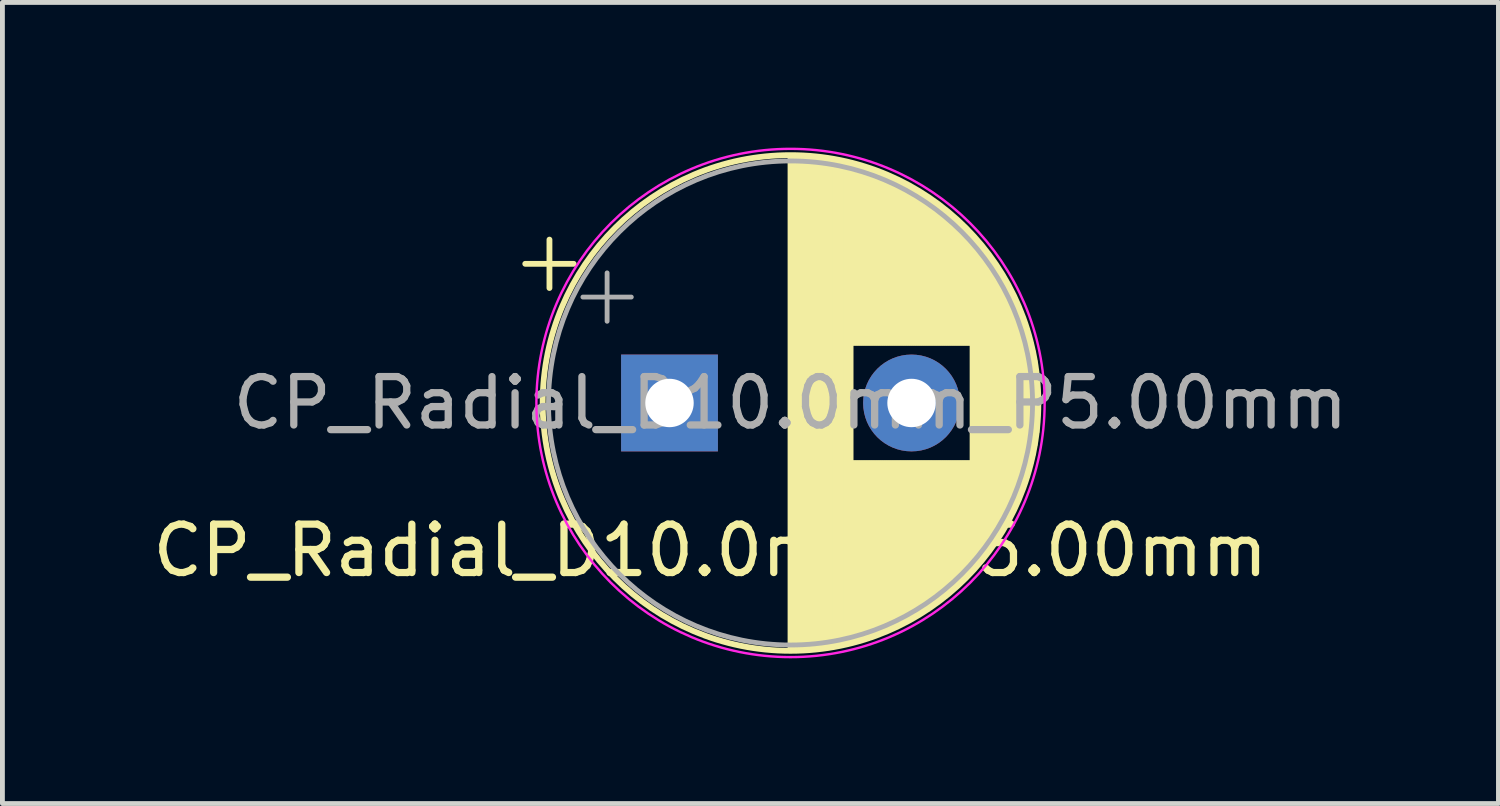
<source format=kicad_pcb>
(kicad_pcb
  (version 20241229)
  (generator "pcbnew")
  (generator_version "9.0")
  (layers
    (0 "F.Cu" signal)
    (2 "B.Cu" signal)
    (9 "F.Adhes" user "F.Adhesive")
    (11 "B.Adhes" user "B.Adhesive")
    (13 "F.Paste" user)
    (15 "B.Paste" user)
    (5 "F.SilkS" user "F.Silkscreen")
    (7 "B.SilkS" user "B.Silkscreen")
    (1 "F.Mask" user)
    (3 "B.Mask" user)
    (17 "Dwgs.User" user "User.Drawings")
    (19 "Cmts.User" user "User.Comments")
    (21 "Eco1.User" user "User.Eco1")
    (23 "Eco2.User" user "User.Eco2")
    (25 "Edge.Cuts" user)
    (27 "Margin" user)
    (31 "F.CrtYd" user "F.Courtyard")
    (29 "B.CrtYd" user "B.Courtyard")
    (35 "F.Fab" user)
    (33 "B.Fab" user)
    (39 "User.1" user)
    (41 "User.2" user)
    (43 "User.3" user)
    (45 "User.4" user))
  (footprint "CP_Radial_D10.0mm_P5.00mm"
    (layer "F.Cu")
    (at 10.781 5.275)
    (property "Reference" "CP_Radial_D10.0mm_P5.00mm" (at 0.844 3.048 0) (layer "F.SilkS") (effects (font (size 1 1) (thickness 0.15))))
    (attr through_hole)
    (fp_line (start -2.98 -2.875) (end -1.98 -2.875) (stroke (width 0.12) (type solid)) (layer "F.SilkS"))
    (fp_line (start -2.48 -3.375) (end -2.48 -2.375) (stroke (width 0.12) (type solid)) (layer "F.SilkS"))
    (fp_line (start 2.5 -5.08) (end 2.5 5.08) (stroke (width 0.12) (type solid)) (layer "F.SilkS"))
    (fp_line (start 2.54 -5.08) (end 2.54 5.08) (stroke (width 0.12) (type solid)) (layer "F.SilkS"))
    (fp_line (start 2.58 -5.08) (end 2.58 5.08) (stroke (width 0.12) (type solid)) (layer "F.SilkS"))
    (fp_line (start 2.62 -5.079) (end 2.62 5.079) (stroke (width 0.12) (type solid)) (layer "F.SilkS"))
    (fp_line (start 2.66 -5.078) (end 2.66 5.078) (stroke (width 0.12) (type solid)) (layer "F.SilkS"))
    (fp_line (start 2.7 -5.077) (end 2.7 5.077) (stroke (width 0.12) (type solid)) (layer "F.SilkS"))
    (fp_line (start 2.74 -5.075) (end 2.74 5.075) (stroke (width 0.12) (type solid)) (layer "F.SilkS"))
    (fp_line (start 2.78 -5.073) (end 2.78 5.073) (stroke (width 0.12) (type solid)) (layer "F.SilkS"))
    (fp_line (start 2.82 -5.07) (end 2.82 5.07) (stroke (width 0.12) (type solid)) (layer "F.SilkS"))
    (fp_line (start 2.86 -5.068) (end 2.86 5.068) (stroke (width 0.12) (type solid)) (layer "F.SilkS"))
    (fp_line (start 2.9 -5.065) (end 2.9 5.065) (stroke (width 0.12) (type solid)) (layer "F.SilkS"))
    (fp_line (start 2.94 -5.062) (end 2.94 5.062) (stroke (width 0.12) (type solid)) (layer "F.SilkS"))
    (fp_line (start 2.98 -5.058) (end 2.98 5.058) (stroke (width 0.12) (type solid)) (layer "F.SilkS"))
    (fp_line (start 3.02 -5.054) (end 3.02 5.054) (stroke (width 0.12) (type solid)) (layer "F.SilkS"))
    (fp_line (start 3.06 -5.05) (end 3.06 5.05) (stroke (width 0.12) (type solid)) (layer "F.SilkS"))
    (fp_line (start 3.1 -5.045) (end 3.1 5.045) (stroke (width 0.12) (type solid)) (layer "F.SilkS"))
    (fp_line (start 3.14 -5.04) (end 3.14 5.04) (stroke (width 0.12) (type solid)) (layer "F.SilkS"))
    (fp_line (start 3.18 -5.035) (end 3.18 5.035) (stroke (width 0.12) (type solid)) (layer "F.SilkS"))
    (fp_line (start 3.221 -5.03) (end 3.221 5.03) (stroke (width 0.12) (type solid)) (layer "F.SilkS"))
    (fp_line (start 3.261 -5.024) (end 3.261 5.024) (stroke (width 0.12) (type solid)) (layer "F.SilkS"))
    (fp_line (start 3.301 -5.018) (end 3.301 5.018) (stroke (width 0.12) (type solid)) (layer "F.SilkS"))
    (fp_line (start 3.341 -5.011) (end 3.341 5.011) (stroke (width 0.12) (type solid)) (layer "F.SilkS"))
    (fp_line (start 3.381 -5.004) (end 3.381 5.004) (stroke (width 0.12) (type solid)) (layer "F.SilkS"))
    (fp_line (start 3.421 -4.997) (end 3.421 4.997) (stroke (width 0.12) (type solid)) (layer "F.SilkS"))
    (fp_line (start 3.461 -4.99) (end 3.461 4.99) (stroke (width 0.12) (type solid)) (layer "F.SilkS"))
    (fp_line (start 3.501 -4.982) (end 3.501 4.982) (stroke (width 0.12) (type solid)) (layer "F.SilkS"))
    (fp_line (start 3.541 -4.974) (end 3.541 4.974) (stroke (width 0.12) (type solid)) (layer "F.SilkS"))
    (fp_line (start 3.581 -4.965) (end 3.581 4.965) (stroke (width 0.12) (type solid)) (layer "F.SilkS"))
    (fp_line (start 3.621 -4.956) (end 3.621 4.956) (stroke (width 0.12) (type solid)) (layer "F.SilkS"))
    (fp_line (start 3.661 -4.947) (end 3.661 4.947) (stroke (width 0.12) (type solid)) (layer "F.SilkS"))
    (fp_line (start 3.701 -4.938) (end 3.701 4.938) (stroke (width 0.12) (type solid)) (layer "F.SilkS"))
    (fp_line (start 3.741 -4.928) (end 3.741 4.928) (stroke (width 0.12) (type solid)) (layer "F.SilkS"))
    (fp_line (start 3.781 -4.918) (end 3.781 -1.241) (stroke (width 0.12) (type solid)) (layer "F.SilkS"))
    (fp_line (start 3.781 1.241) (end 3.781 4.918) (stroke (width 0.12) (type solid)) (layer "F.SilkS"))
    (fp_line (start 3.821 -4.907) (end 3.821 -1.241) (stroke (width 0.12) (type solid)) (layer "F.SilkS"))
    (fp_line (start 3.821 1.241) (end 3.821 4.907) (stroke (width 0.12) (type solid)) (layer "F.SilkS"))
    (fp_line (start 3.861 -4.897) (end 3.861 -1.241) (stroke (width 0.12) (type solid)) (layer "F.SilkS"))
    (fp_line (start 3.861 1.241) (end 3.861 4.897) (stroke (width 0.12) (type solid)) (layer "F.SilkS"))
    (fp_line (start 3.901 -4.885) (end 3.901 -1.241) (stroke (width 0.12) (type solid)) (layer "F.SilkS"))
    (fp_line (start 3.901 1.241) (end 3.901 4.885) (stroke (width 0.12) (type solid)) (layer "F.SilkS"))
    (fp_line (start 3.941 -4.874) (end 3.941 -1.241) (stroke (width 0.12) (type solid)) (layer "F.SilkS"))
    (fp_line (start 3.941 1.241) (end 3.941 4.874) (stroke (width 0.12) (type solid)) (layer "F.SilkS"))
    (fp_line (start 3.981 -4.862) (end 3.981 -1.241) (stroke (width 0.12) (type solid)) (layer "F.SilkS"))
    (fp_line (start 3.981 1.241) (end 3.981 4.862) (stroke (width 0.12) (type solid)) (layer "F.SilkS"))
    (fp_line (start 4.021 -4.85) (end 4.021 -1.241) (stroke (width 0.12) (type solid)) (layer "F.SilkS"))
    (fp_line (start 4.021 1.241) (end 4.021 4.85) (stroke (width 0.12) (type solid)) (layer "F.SilkS"))
    (fp_line (start 4.061 -4.837) (end 4.061 -1.241) (stroke (width 0.12) (type solid)) (layer "F.SilkS"))
    (fp_line (start 4.061 1.241) (end 4.061 4.837) (stroke (width 0.12) (type solid)) (layer "F.SilkS"))
    (fp_line (start 4.101 -4.824) (end 4.101 -1.241) (stroke (width 0.12) (type solid)) (layer "F.SilkS"))
    (fp_line (start 4.101 1.241) (end 4.101 4.824) (stroke (width 0.12) (type solid)) (layer "F.SilkS"))
    (fp_line (start 4.141 -4.811) (end 4.141 -1.241) (stroke (width 0.12) (type solid)) (layer "F.SilkS"))
    (fp_line (start 4.141 1.241) (end 4.141 4.811) (stroke (width 0.12) (type solid)) (layer "F.SilkS"))
    (fp_line (start 4.181 -4.797) (end 4.181 -1.241) (stroke (width 0.12) (type solid)) (layer "F.SilkS"))
    (fp_line (start 4.181 1.241) (end 4.181 4.797) (stroke (width 0.12) (type solid)) (layer "F.SilkS"))
    (fp_line (start 4.221 -4.783) (end 4.221 -1.241) (stroke (width 0.12) (type solid)) (layer "F.SilkS"))
    (fp_line (start 4.221 1.241) (end 4.221 4.783) (stroke (width 0.12) (type solid)) (layer "F.SilkS"))
    (fp_line (start 4.261 -4.768) (end 4.261 -1.241) (stroke (width 0.12) (type solid)) (layer "F.SilkS"))
    (fp_line (start 4.261 1.241) (end 4.261 4.768) (stroke (width 0.12) (type solid)) (layer "F.SilkS"))
    (fp_line (start 4.301 -4.754) (end 4.301 -1.241) (stroke (width 0.12) (type solid)) (layer "F.SilkS"))
    (fp_line (start 4.301 1.241) (end 4.301 4.754) (stroke (width 0.12) (type solid)) (layer "F.SilkS"))
    (fp_line (start 4.341 -4.738) (end 4.341 -1.241) (stroke (width 0.12) (type solid)) (layer "F.SilkS"))
    (fp_line (start 4.341 1.241) (end 4.341 4.738) (stroke (width 0.12) (type solid)) (layer "F.SilkS"))
    (fp_line (start 4.381 -4.723) (end 4.381 -1.241) (stroke (width 0.12) (type solid)) (layer "F.SilkS"))
    (fp_line (start 4.381 1.241) (end 4.381 4.723) (stroke (width 0.12) (type solid)) (layer "F.SilkS"))
    (fp_line (start 4.421 -4.707) (end 4.421 -1.241) (stroke (width 0.12) (type solid)) (layer "F.SilkS"))
    (fp_line (start 4.421 1.241) (end 4.421 4.707) (stroke (width 0.12) (type solid)) (layer "F.SilkS"))
    (fp_line (start 4.461 -4.69) (end 4.461 -1.241) (stroke (width 0.12) (type solid)) (layer "F.SilkS"))
    (fp_line (start 4.461 1.241) (end 4.461 4.69) (stroke (width 0.12) (type solid)) (layer "F.SilkS"))
    (fp_line (start 4.501 -4.674) (end 4.501 -1.241) (stroke (width 0.12) (type solid)) (layer "F.SilkS"))
    (fp_line (start 4.501 1.241) (end 4.501 4.674) (stroke (width 0.12) (type solid)) (layer "F.SilkS"))
    (fp_line (start 4.541 -4.657) (end 4.541 -1.241) (stroke (width 0.12) (type solid)) (layer "F.SilkS"))
    (fp_line (start 4.541 1.241) (end 4.541 4.657) (stroke (width 0.12) (type solid)) (layer "F.SilkS"))
    (fp_line (start 4.581 -4.639) (end 4.581 -1.241) (stroke (width 0.12) (type solid)) (layer "F.SilkS"))
    (fp_line (start 4.581 1.241) (end 4.581 4.639) (stroke (width 0.12) (type solid)) (layer "F.SilkS"))
    (fp_line (start 4.621 -4.621) (end 4.621 -1.241) (stroke (width 0.12) (type solid)) (layer "F.SilkS"))
    (fp_line (start 4.621 1.241) (end 4.621 4.621) (stroke (width 0.12) (type solid)) (layer "F.SilkS"))
    (fp_line (start 4.661 -4.603) (end 4.661 -1.241) (stroke (width 0.12) (type solid)) (layer "F.SilkS"))
    (fp_line (start 4.661 1.241) (end 4.661 4.603) (stroke (width 0.12) (type solid)) (layer "F.SilkS"))
    (fp_line (start 4.701 -4.584) (end 4.701 -1.241) (stroke (width 0.12) (type solid)) (layer "F.SilkS"))
    (fp_line (start 4.701 1.241) (end 4.701 4.584) (stroke (width 0.12) (type solid)) (layer "F.SilkS"))
    (fp_line (start 4.741 -4.564) (end 4.741 -1.241) (stroke (width 0.12) (type solid)) (layer "F.SilkS"))
    (fp_line (start 4.741 1.241) (end 4.741 4.564) (stroke (width 0.12) (type solid)) (layer "F.SilkS"))
    (fp_line (start 4.781 -4.545) (end 4.781 -1.241) (stroke (width 0.12) (type solid)) (layer "F.SilkS"))
    (fp_line (start 4.781 1.241) (end 4.781 4.545) (stroke (width 0.12) (type solid)) (layer "F.SilkS"))
    (fp_line (start 4.821 -4.525) (end 4.821 -1.241) (stroke (width 0.12) (type solid)) (layer "F.SilkS"))
    (fp_line (start 4.821 1.241) (end 4.821 4.525) (stroke (width 0.12) (type solid)) (layer "F.SilkS"))
    (fp_line (start 4.861 -4.504) (end 4.861 -1.241) (stroke (width 0.12) (type solid)) (layer "F.SilkS"))
    (fp_line (start 4.861 1.241) (end 4.861 4.504) (stroke (width 0.12) (type solid)) (layer "F.SilkS"))
    (fp_line (start 4.901 -4.483) (end 4.901 -1.241) (stroke (width 0.12) (type solid)) (layer "F.SilkS"))
    (fp_line (start 4.901 1.241) (end 4.901 4.483) (stroke (width 0.12) (type solid)) (layer "F.SilkS"))
    (fp_line (start 4.941 -4.462) (end 4.941 -1.241) (stroke (width 0.12) (type solid)) (layer "F.SilkS"))
    (fp_line (start 4.941 1.241) (end 4.941 4.462) (stroke (width 0.12) (type solid)) (layer "F.SilkS"))
    (fp_line (start 4.981 -4.44) (end 4.981 -1.241) (stroke (width 0.12) (type solid)) (layer "F.SilkS"))
    (fp_line (start 4.981 1.241) (end 4.981 4.44) (stroke (width 0.12) (type solid)) (layer "F.SilkS"))
    (fp_line (start 5.021 -4.417) (end 5.021 -1.241) (stroke (width 0.12) (type solid)) (layer "F.SilkS"))
    (fp_line (start 5.021 1.241) (end 5.021 4.417) (stroke (width 0.12) (type solid)) (layer "F.SilkS"))
    (fp_line (start 5.061 -4.395) (end 5.061 -1.241) (stroke (width 0.12) (type solid)) (layer "F.SilkS"))
    (fp_line (start 5.061 1.241) (end 5.061 4.395) (stroke (width 0.12) (type solid)) (layer "F.SilkS"))
    (fp_line (start 5.101 -4.371) (end 5.101 -1.241) (stroke (width 0.12) (type solid)) (layer "F.SilkS"))
    (fp_line (start 5.101 1.241) (end 5.101 4.371) (stroke (width 0.12) (type solid)) (layer "F.SilkS"))
    (fp_line (start 5.141 -4.347) (end 5.141 -1.241) (stroke (width 0.12) (type solid)) (layer "F.SilkS"))
    (fp_line (start 5.141 1.241) (end 5.141 4.347) (stroke (width 0.12) (type solid)) (layer "F.SilkS"))
    (fp_line (start 5.181 -4.323) (end 5.181 -1.241) (stroke (width 0.12) (type solid)) (layer "F.SilkS"))
    (fp_line (start 5.181 1.241) (end 5.181 4.323) (stroke (width 0.12) (type solid)) (layer "F.SilkS"))
    (fp_line (start 5.221 -4.298) (end 5.221 -1.241) (stroke (width 0.12) (type solid)) (layer "F.SilkS"))
    (fp_line (start 5.221 1.241) (end 5.221 4.298) (stroke (width 0.12) (type solid)) (layer "F.SilkS"))
    (fp_line (start 5.261 -4.273) (end 5.261 -1.241) (stroke (width 0.12) (type solid)) (layer "F.SilkS"))
    (fp_line (start 5.261 1.241) (end 5.261 4.273) (stroke (width 0.12) (type solid)) (layer "F.SilkS"))
    (fp_line (start 5.301 -4.247) (end 5.301 -1.241) (stroke (width 0.12) (type solid)) (layer "F.SilkS"))
    (fp_line (start 5.301 1.241) (end 5.301 4.247) (stroke (width 0.12) (type solid)) (layer "F.SilkS"))
    (fp_line (start 5.341 -4.221) (end 5.341 -1.241) (stroke (width 0.12) (type solid)) (layer "F.SilkS"))
    (fp_line (start 5.341 1.241) (end 5.341 4.221) (stroke (width 0.12) (type solid)) (layer "F.SilkS"))
    (fp_line (start 5.381 -4.194) (end 5.381 -1.241) (stroke (width 0.12) (type solid)) (layer "F.SilkS"))
    (fp_line (start 5.381 1.241) (end 5.381 4.194) (stroke (width 0.12) (type solid)) (layer "F.SilkS"))
    (fp_line (start 5.421 -4.166) (end 5.421 -1.241) (stroke (width 0.12) (type solid)) (layer "F.SilkS"))
    (fp_line (start 5.421 1.241) (end 5.421 4.166) (stroke (width 0.12) (type solid)) (layer "F.SilkS"))
    (fp_line (start 5.461 -4.138) (end 5.461 -1.241) (stroke (width 0.12) (type solid)) (layer "F.SilkS"))
    (fp_line (start 5.461 1.241) (end 5.461 4.138) (stroke (width 0.12) (type solid)) (layer "F.SilkS"))
    (fp_line (start 5.501 -4.11) (end 5.501 -1.241) (stroke (width 0.12) (type solid)) (layer "F.SilkS"))
    (fp_line (start 5.501 1.241) (end 5.501 4.11) (stroke (width 0.12) (type solid)) (layer "F.SilkS"))
    (fp_line (start 5.541 -4.08) (end 5.541 -1.241) (stroke (width 0.12) (type solid)) (layer "F.SilkS"))
    (fp_line (start 5.541 1.241) (end 5.541 4.08) (stroke (width 0.12) (type solid)) (layer "F.SilkS"))
    (fp_line (start 5.581 -4.05) (end 5.581 -1.241) (stroke (width 0.12) (type solid)) (layer "F.SilkS"))
    (fp_line (start 5.581 1.241) (end 5.581 4.05) (stroke (width 0.12) (type solid)) (layer "F.SilkS"))
    (fp_line (start 5.621 -4.02) (end 5.621 -1.241) (stroke (width 0.12) (type solid)) (layer "F.SilkS"))
    (fp_line (start 5.621 1.241) (end 5.621 4.02) (stroke (width 0.12) (type solid)) (layer "F.SilkS"))
    (fp_line (start 5.661 -3.989) (end 5.661 -1.241) (stroke (width 0.12) (type solid)) (layer "F.SilkS"))
    (fp_line (start 5.661 1.241) (end 5.661 3.989) (stroke (width 0.12) (type solid)) (layer "F.SilkS"))
    (fp_line (start 5.701 -3.957) (end 5.701 -1.241) (stroke (width 0.12) (type solid)) (layer "F.SilkS"))
    (fp_line (start 5.701 1.241) (end 5.701 3.957) (stroke (width 0.12) (type solid)) (layer "F.SilkS"))
    (fp_line (start 5.741 -3.925) (end 5.741 -1.241) (stroke (width 0.12) (type solid)) (layer "F.SilkS"))
    (fp_line (start 5.741 1.241) (end 5.741 3.925) (stroke (width 0.12) (type solid)) (layer "F.SilkS"))
    (fp_line (start 5.781 -3.892) (end 5.781 -1.241) (stroke (width 0.12) (type solid)) (layer "F.SilkS"))
    (fp_line (start 5.781 1.241) (end 5.781 3.892) (stroke (width 0.12) (type solid)) (layer "F.SilkS"))
    (fp_line (start 5.821 -3.858) (end 5.821 -1.241) (stroke (width 0.12) (type solid)) (layer "F.SilkS"))
    (fp_line (start 5.821 1.241) (end 5.821 3.858) (stroke (width 0.12) (type solid)) (layer "F.SilkS"))
    (fp_line (start 5.861 -3.824) (end 5.861 -1.241) (stroke (width 0.12) (type solid)) (layer "F.SilkS"))
    (fp_line (start 5.861 1.241) (end 5.861 3.824) (stroke (width 0.12) (type solid)) (layer "F.SilkS"))
    (fp_line (start 5.901 -3.789) (end 5.901 -1.241) (stroke (width 0.12) (type solid)) (layer "F.SilkS"))
    (fp_line (start 5.901 1.241) (end 5.901 3.789) (stroke (width 0.12) (type solid)) (layer "F.SilkS"))
    (fp_line (start 5.941 -3.753) (end 5.941 -1.241) (stroke (width 0.12) (type solid)) (layer "F.SilkS"))
    (fp_line (start 5.941 1.241) (end 5.941 3.753) (stroke (width 0.12) (type solid)) (layer "F.SilkS"))
    (fp_line (start 5.981 -3.716) (end 5.981 -1.241) (stroke (width 0.12) (type solid)) (layer "F.SilkS"))
    (fp_line (start 5.981 1.241) (end 5.981 3.716) (stroke (width 0.12) (type solid)) (layer "F.SilkS"))
    (fp_line (start 6.021 -3.679) (end 6.021 -1.241) (stroke (width 0.12) (type solid)) (layer "F.SilkS"))
    (fp_line (start 6.021 1.241) (end 6.021 3.679) (stroke (width 0.12) (type solid)) (layer "F.SilkS"))
    (fp_line (start 6.061 -3.64) (end 6.061 -1.241) (stroke (width 0.12) (type solid)) (layer "F.SilkS"))
    (fp_line (start 6.061 1.241) (end 6.061 3.64) (stroke (width 0.12) (type solid)) (layer "F.SilkS"))
    (fp_line (start 6.101 -3.601) (end 6.101 -1.241) (stroke (width 0.12) (type solid)) (layer "F.SilkS"))
    (fp_line (start 6.101 1.241) (end 6.101 3.601) (stroke (width 0.12) (type solid)) (layer "F.SilkS"))
    (fp_line (start 6.141 -3.561) (end 6.141 -1.241) (stroke (width 0.12) (type solid)) (layer "F.SilkS"))
    (fp_line (start 6.141 1.241) (end 6.141 3.561) (stroke (width 0.12) (type solid)) (layer "F.SilkS"))
    (fp_line (start 6.181 -3.52) (end 6.181 -1.241) (stroke (width 0.12) (type solid)) (layer "F.SilkS"))
    (fp_line (start 6.181 1.241) (end 6.181 3.52) (stroke (width 0.12) (type solid)) (layer "F.SilkS"))
    (fp_line (start 6.221 -3.478) (end 6.221 -1.241) (stroke (width 0.12) (type solid)) (layer "F.SilkS"))
    (fp_line (start 6.221 1.241) (end 6.221 3.478) (stroke (width 0.12) (type solid)) (layer "F.SilkS"))
    (fp_line (start 6.261 -3.436) (end 6.261 3.436) (stroke (width 0.12) (type solid)) (layer "F.SilkS"))
    (fp_line (start 6.301 -3.392) (end 6.301 3.392) (stroke (width 0.12) (type solid)) (layer "F.SilkS"))
    (fp_line (start 6.341 -3.347) (end 6.341 3.347) (stroke (width 0.12) (type solid)) (layer "F.SilkS"))
    (fp_line (start 6.381 -3.301) (end 6.381 3.301) (stroke (width 0.12) (type solid)) (layer "F.SilkS"))
    (fp_line (start 6.421 -3.254) (end 6.421 3.254) (stroke (width 0.12) (type solid)) (layer "F.SilkS"))
    (fp_line (start 6.461 -3.206) (end 6.461 3.206) (stroke (width 0.12) (type solid)) (layer "F.SilkS"))
    (fp_line (start 6.501 -3.156) (end 6.501 3.156) (stroke (width 0.12) (type solid)) (layer "F.SilkS"))
    (fp_line (start 6.541 -3.106) (end 6.541 3.106) (stroke (width 0.12) (type solid)) (layer "F.SilkS"))
    (fp_line (start 6.581 -3.054) (end 6.581 3.054) (stroke (width 0.12) (type solid)) (layer "F.SilkS"))
    (fp_line (start 6.621 -3) (end 6.621 3) (stroke (width 0.12) (type solid)) (layer "F.SilkS"))
    (fp_line (start 6.661 -2.945) (end 6.661 2.945) (stroke (width 0.12) (type solid)) (layer "F.SilkS"))
    (fp_line (start 6.701 -2.889) (end 6.701 2.889) (stroke (width 0.12) (type solid)) (layer "F.SilkS"))
    (fp_line (start 6.741 -2.83) (end 6.741 2.83) (stroke (width 0.12) (type solid)) (layer "F.SilkS"))
    (fp_line (start 6.781 -2.77) (end 6.781 2.77) (stroke (width 0.12) (type solid)) (layer "F.SilkS"))
    (fp_line (start 6.821 -2.709) (end 6.821 2.709) (stroke (width 0.12) (type solid)) (layer "F.SilkS"))
    (fp_line (start 6.861 -2.645) (end 6.861 2.645) (stroke (width 0.12) (type solid)) (layer "F.SilkS"))
    (fp_line (start 6.901 -2.579) (end 6.901 2.579) (stroke (width 0.12) (type solid)) (layer "F.SilkS"))
    (fp_line (start 6.941 -2.51) (end 6.941 2.51) (stroke (width 0.12) (type solid)) (layer "F.SilkS"))
    (fp_line (start 6.981 -2.439) (end 6.981 2.439) (stroke (width 0.12) (type solid)) (layer "F.SilkS"))
    (fp_line (start 7.021 -2.365) (end 7.021 2.365) (stroke (width 0.12) (type solid)) (layer "F.SilkS"))
    (fp_line (start 7.061 -2.289) (end 7.061 2.289) (stroke (width 0.12) (type solid)) (layer "F.SilkS"))
    (fp_line (start 7.101 -2.209) (end 7.101 2.209) (stroke (width 0.12) (type solid)) (layer "F.SilkS"))
    (fp_line (start 7.141 -2.125) (end 7.141 2.125) (stroke (width 0.12) (type solid)) (layer "F.SilkS"))
    (fp_line (start 7.181 -2.037) (end 7.181 2.037) (stroke (width 0.12) (type solid)) (layer "F.SilkS"))
    (fp_line (start 7.221 -1.944) (end 7.221 1.944) (stroke (width 0.12) (type solid)) (layer "F.SilkS"))
    (fp_line (start 7.261 -1.846) (end 7.261 1.846) (stroke (width 0.12) (type solid)) (layer "F.SilkS"))
    (fp_line (start 7.301 -1.742) (end 7.301 1.742) (stroke (width 0.12) (type solid)) (layer "F.SilkS"))
    (fp_line (start 7.341 -1.63) (end 7.341 1.63) (stroke (width 0.12) (type solid)) (layer "F.SilkS"))
    (fp_line (start 7.381 -1.51) (end 7.381 1.51) (stroke (width 0.12) (type solid)) (layer "F.SilkS"))
    (fp_line (start 7.421 -1.378) (end 7.421 1.378) (stroke (width 0.12) (type solid)) (layer "F.SilkS"))
    (fp_line (start 7.461 -1.23) (end 7.461 1.23) (stroke (width 0.12) (type solid)) (layer "F.SilkS"))
    (fp_line (start 7.501 -1.062) (end 7.501 1.062) (stroke (width 0.12) (type solid)) (layer "F.SilkS"))
    (fp_line (start 7.541 -0.862) (end 7.541 0.862) (stroke (width 0.12) (type solid)) (layer "F.SilkS"))
    (fp_line (start 7.581 -0.599) (end 7.581 0.599) (stroke (width 0.12) (type solid)) (layer "F.SilkS"))
    (fp_circle (center 2.5 0) (end 7.62 0) (stroke (width 0.12) (type solid)) (fill no) (layer "F.SilkS"))
    (fp_circle (center 2.5 0) (end 7.75 0) (stroke (width 0.05) (type solid)) (fill no) (layer "F.CrtYd"))
    (fp_line (start -1.789 -2.188) (end -0.789 -2.188) (stroke (width 0.1) (type solid)) (layer "F.Fab"))
    (fp_line (start -1.289 -2.688) (end -1.289 -1.688) (stroke (width 0.1) (type solid)) (layer "F.Fab"))
    (fp_circle (center 2.5 0) (end 7.5 0) (stroke (width 0.1) (type solid)) (fill no) (layer "F.Fab"))
    (fp_text user "${REFERENCE}" (at 2.5 0 0) (layer "F.Fab") (effects (font (size 1 1) (thickness 0.15))))
    (pad "1" thru_hole rect (at 0 0) (size 2 2) (drill 1) (layers "*.Cu" "*.Mask"))
    (pad "2" thru_hole circle (at 5 0) (size 2 2) (drill 1) (layers "*.Cu" "*.Mask")))
  (gr_rect
    (start -3 -3)
    (end 27.906 13.55)
    (stroke (width 0.1) (type default))
    (fill no)
    (layer "Edge.Cuts")))
</source>
